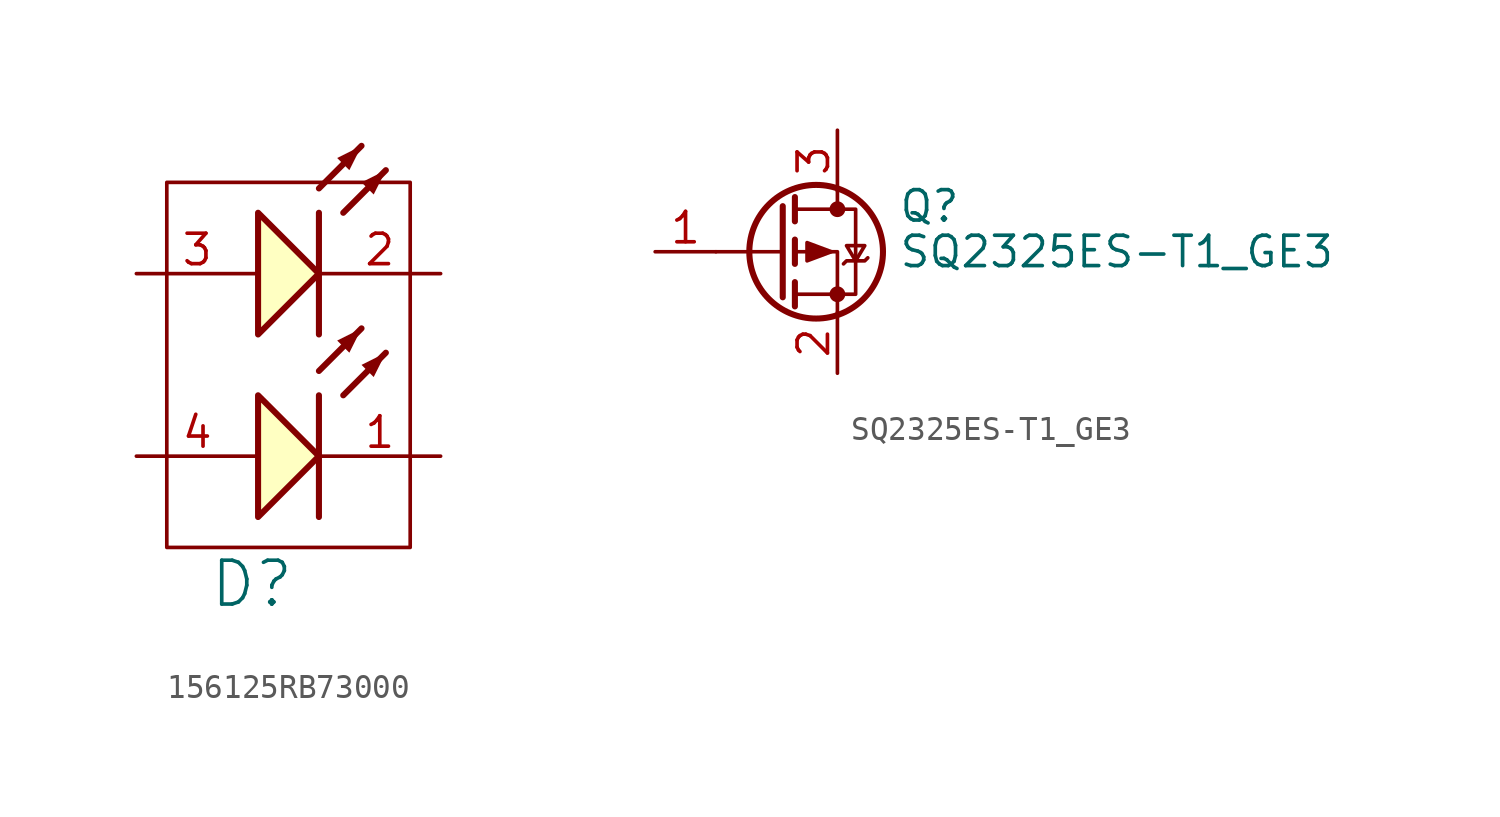
<source format=kicad_sym>
(kicad_symbol_lib
  (version 20231120)
  (generator "kicad_symbol_editor")
  (generator_version "8.0")
  (symbol "156125RB73000"
    (property "Reference" "D"
      (at 4.826 -12.954 0)
      (effects (font (size 1.829 1.829))))
    (symbol "156125RB73000_0_1"
      (rectangle (start 1.27 3.81) (end 11.43 -11.43) (stroke (width 0) (type default)) (fill (type none))))
    (symbol "156125RB73000_1_0"
      (polyline (pts (xy 7.62 -5.08) (xy 7.62 -10.16)) (stroke (width 0.254) (type solid)) (fill (type none)))
      (polyline (pts (xy 7.62 -4.064) (xy 9.398 -2.286)) (stroke (width 0.254) (type solid)) (fill (type none)))
      (polyline (pts (xy 7.62 2.54) (xy 7.62 -2.54)) (stroke (width 0.254) (type solid)) (fill (type none)))
      (polyline (pts (xy 7.62 3.556) (xy 9.398 5.334)) (stroke (width 0.254) (type solid)) (fill (type none)))
      (polyline (pts (xy 8.636 -5.08) (xy 10.414 -3.302)) (stroke (width 0.254) (type solid)) (fill (type none)))
      (polyline (pts (xy 8.636 2.54) (xy 10.414 4.318)) (stroke (width 0.254) (type solid)) (fill (type none)))
      (polyline (pts (xy 5.08 -10.16) (xy 7.62 -7.62) (xy 5.08 -5.08) (xy 5.08 -10.16)) (stroke (width 0.254) (type solid)) (fill (type background)))
      (polyline (pts (xy 5.08 -2.54) (xy 7.62 0) (xy 5.08 2.54) (xy 5.08 -2.54)) (stroke (width 0.254) (type solid)) (fill (type background)))
      (polyline (pts (xy 9.398 -2.286) (xy 8.382 -2.794) (xy 8.89 -3.302) (xy 9.398 -2.286)) (stroke (width -0.0001) (type solid)) (fill (type outline)))
      (polyline (pts (xy 9.398 5.334) (xy 8.382 4.826) (xy 8.89 4.318) (xy 9.398 5.334)) (stroke (width -0.0001) (type solid)) (fill (type outline)))
      (polyline (pts (xy 10.414 -3.302) (xy 9.398 -3.81) (xy 9.906 -4.318) (xy 10.414 -3.302)) (stroke (width -0.0001) (type solid)) (fill (type outline)))
      (polyline (pts (xy 10.414 4.318) (xy 9.398 3.81) (xy 9.906 3.302) (xy 10.414 4.318)) (stroke (width -0.0001) (type solid)) (fill (type outline)))
      (pin passive line (at 12.7 -7.62 180) (length 5.08) (name "K" (effects (font (size 0 0)))) (number "1" (effects (font (size 1.27 1.27)))))
      (pin passive line (at 12.7 0 180) (length 5.08) (name "K" (effects (font (size 0 0)))) (number "2" (effects (font (size 1.27 1.27)))))
      (pin passive line (at 0 0 0) (length 5.08) (name "A" (effects (font (size 0 0)))) (number "3" (effects (font (size 1.27 1.27)))))
      (pin passive line (at 0 -7.62 0) (length 5.08) (name "A" (effects (font (size 0 0)))) (number "4" (effects (font (size 1.27 1.27)))))))
  (symbol "SQ2325ES-T1_GE3"
    (pin_names hide)
    (property "Reference" "Q"
      (at 5.08 1.905 0)
      (effects (font (size 1.27 1.27)) (justify left)))
    (property "Value" "SQ2325ES-T1_GE3"
      (at 5.08 0 0)
      (effects (font (size 1.27 1.27)) (justify left)))
    (symbol "SQ2325ES-T1_GE3_0_1"
      (polyline (pts (xy 0.254 0) (xy -2.54 0)) (stroke (width 0) (type default)) (fill (type none)))
      (polyline (pts (xy 0.254 1.905) (xy 0.254 -1.905)) (stroke (width 0.254) (type default)) (fill (type none)))
      (polyline (pts (xy 0.762 -1.27) (xy 0.762 -2.286)) (stroke (width 0.254) (type default)) (fill (type none)))
      (polyline (pts (xy 0.762 0.508) (xy 0.762 -0.508)) (stroke (width 0.254) (type default)) (fill (type none)))
      (polyline (pts (xy 0.762 2.286) (xy 0.762 1.27)) (stroke (width 0.254) (type default)) (fill (type none)))
      (polyline (pts (xy 2.54 2.54) (xy 2.54 1.778)) (stroke (width 0) (type default)) (fill (type none)))
      (polyline (pts (xy 2.54 -2.54) (xy 2.54 0) (xy 0.762 0)) (stroke (width 0) (type default)) (fill (type none)))
      (polyline (pts (xy 0.762 1.778) (xy 3.302 1.778) (xy 3.302 -1.778) (xy 0.762 -1.778)) (stroke (width 0) (type default)) (fill (type none)))
      (polyline (pts (xy 2.286 0) (xy 1.27 0.381) (xy 1.27 -0.381) (xy 2.286 0)) (stroke (width 0) (type default)) (fill (type outline)))
      (polyline (pts (xy 2.794 -0.508) (xy 2.921 -0.381) (xy 3.683 -0.381) (xy 3.81 -0.254)) (stroke (width 0) (type default)) (fill (type none)))
      (polyline (pts (xy 3.302 -0.381) (xy 2.921 0.254) (xy 3.683 0.254) (xy 3.302 -0.381)) (stroke (width 0) (type default)) (fill (type none)))
      (circle (center 1.651 0) (radius 2.794) (stroke (width 0.254) (type default)) (fill (type none)))
      (circle (center 2.54 -1.778) (radius 0.254) (stroke (width 0) (type default)) (fill (type outline)))
      (circle (center 2.54 1.778) (radius 0.254) (stroke (width 0) (type default)) (fill (type outline))))
    (symbol "SQ2325ES-T1_GE3_1_1"
      (pin input line (at -5.08 0 0) (length 2.54) (name "G" (effects (font (size 1.27 1.27)))) (number "1" (effects (font (size 1.27 1.27)))))
      (pin passive line (at 2.54 -5.08 90) (length 2.54) (name "S" (effects (font (size 1.27 1.27)))) (number "2" (effects (font (size 1.27 1.27)))))
      (pin passive line (at 2.54 5.08 270) (length 2.54) (name "D" (effects (font (size 1.27 1.27)))) (number "3" (effects (font (size 1.27 1.27))))))))
</source>
